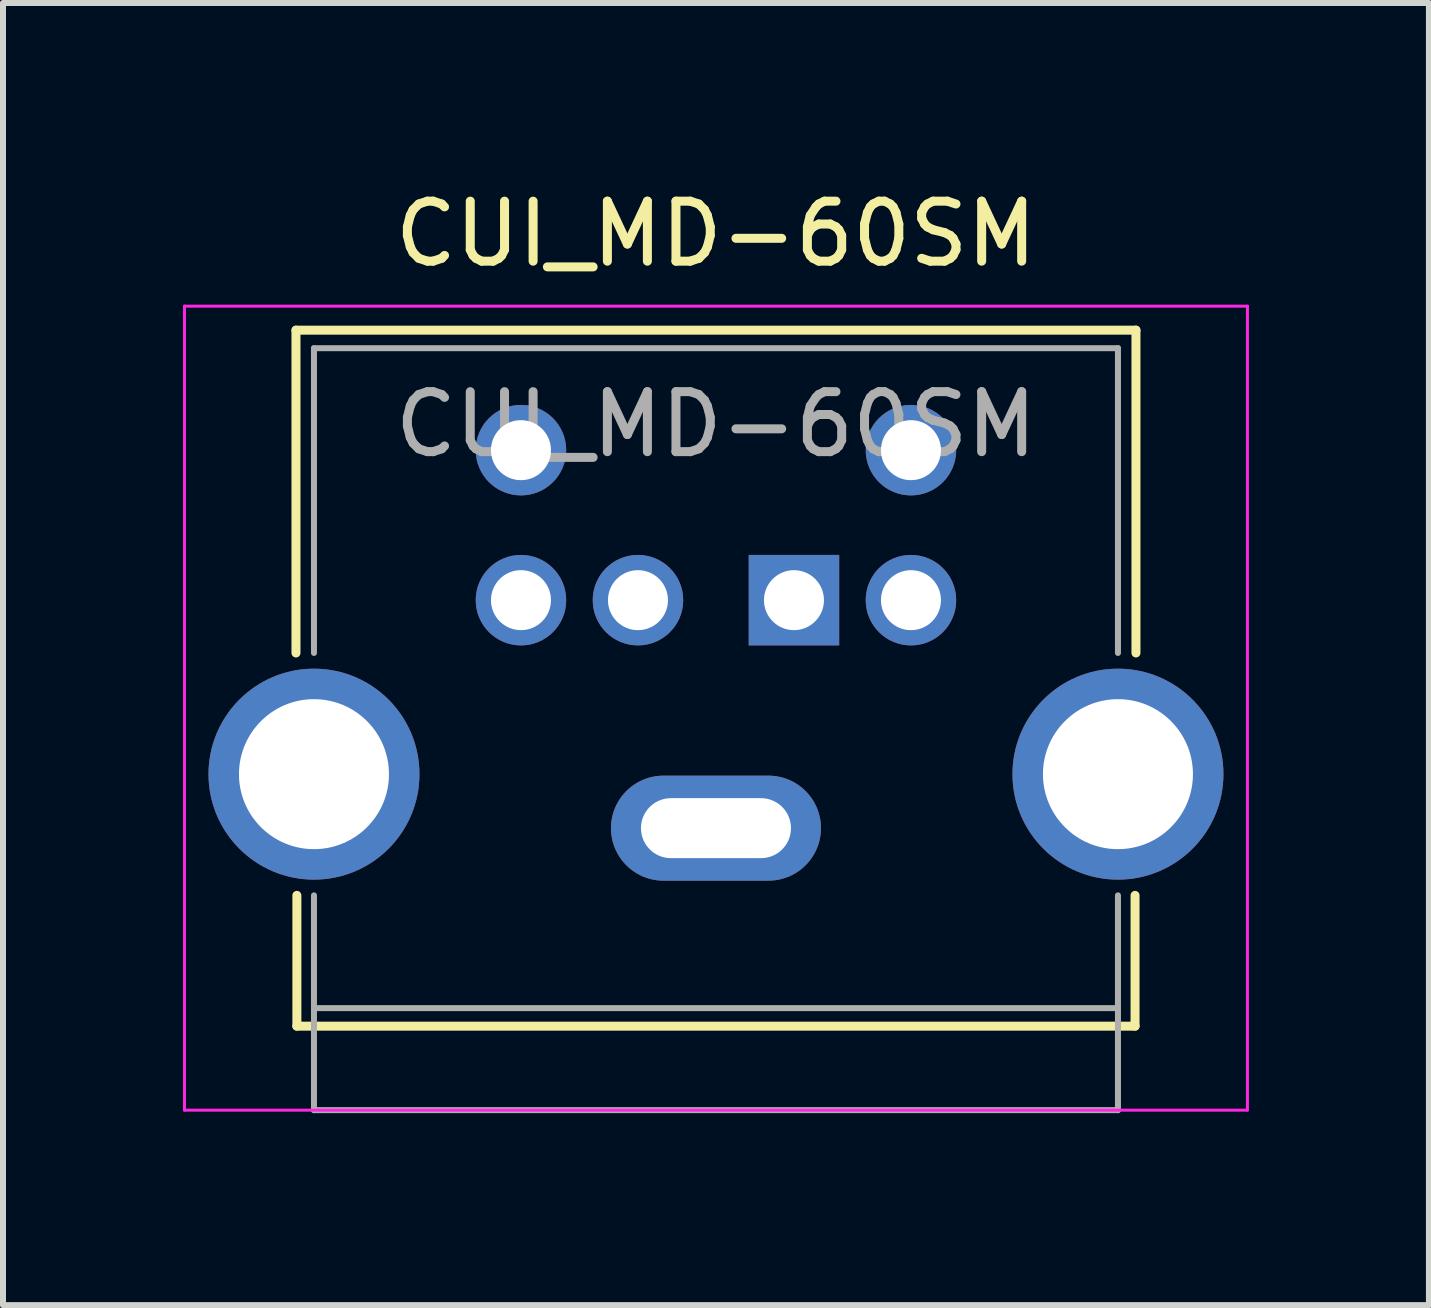
<source format=kicad_pcb>
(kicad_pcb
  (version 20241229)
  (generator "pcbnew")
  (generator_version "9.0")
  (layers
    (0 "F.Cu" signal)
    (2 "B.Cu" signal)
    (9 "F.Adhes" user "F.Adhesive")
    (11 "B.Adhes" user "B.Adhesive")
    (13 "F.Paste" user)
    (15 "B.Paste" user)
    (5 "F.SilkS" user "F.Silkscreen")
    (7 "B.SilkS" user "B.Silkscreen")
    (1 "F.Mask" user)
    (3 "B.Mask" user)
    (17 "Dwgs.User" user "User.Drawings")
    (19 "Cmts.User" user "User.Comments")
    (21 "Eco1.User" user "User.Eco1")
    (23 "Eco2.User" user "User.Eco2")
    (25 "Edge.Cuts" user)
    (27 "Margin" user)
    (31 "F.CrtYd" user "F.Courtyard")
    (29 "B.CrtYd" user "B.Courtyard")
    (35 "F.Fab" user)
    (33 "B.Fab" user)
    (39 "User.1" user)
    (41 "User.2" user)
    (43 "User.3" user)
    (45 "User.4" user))
  (footprint "CUI_MD-60SM"
    (layer "F.Cu")
    (at 8.883 15.453)
    (property "Reference" "CUI_MD-60SM" (at 0 -14.605 0) (layer "F.SilkS") (effects (font (size 1 1) (thickness 0.15))))
    (attr through_hole)
    (fp_line (start -7 -13) (end -7 -7.62) (stroke (width 0.15) (type solid)) (layer "F.SilkS"))
    (fp_line (start -6.985 -3.58) (end -6.985 -1.4) (stroke (width 0.15) (type solid)) (layer "F.SilkS"))
    (fp_line (start 6.985 -3.58) (end 6.985 -1.4) (stroke (width 0.15) (type solid)) (layer "F.SilkS"))
    (fp_line (start 6.985 -1.4) (end -6.985 -1.4) (stroke (width 0.15) (type solid)) (layer "F.SilkS"))
    (fp_line (start 7 -13) (end -7 -13) (stroke (width 0.15) (type solid)) (layer "F.SilkS"))
    (fp_line (start 7 -13) (end 7 -7.62) (stroke (width 0.15) (type solid)) (layer "F.SilkS"))
    (fp_line (start -8.858 -13.4) (end 8.858 -13.4) (stroke (width 0.05) (type solid)) (layer "F.CrtYd"))
    (fp_line (start -8.858 0) (end -8.858 -13.4) (stroke (width 0.05) (type solid)) (layer "F.CrtYd"))
    (fp_line (start 8.858 -13.4) (end 8.858 0) (stroke (width 0.05) (type solid)) (layer "F.CrtYd"))
    (fp_line (start 8.858 0) (end -8.858 0) (stroke (width 0.05) (type solid)) (layer "F.CrtYd"))
    (fp_line (start -6.7 -12.7) (end -6.7 -7.62) (stroke (width 0.1) (type solid)) (layer "F.Fab"))
    (fp_line (start -6.7 -3.58) (end -6.7 0) (stroke (width 0.1) (type solid)) (layer "F.Fab"))
    (fp_line (start -6.7 -1.7) (end 6.7 -1.7) (stroke (width 0.1) (type solid)) (layer "F.Fab"))
    (fp_line (start -6.7 0) (end 6.7 0) (stroke (width 0.1) (type solid)) (layer "F.Fab"))
    (fp_line (start 6.7 -12.7) (end -6.7 -12.7) (stroke (width 0.1) (type solid)) (layer "F.Fab"))
    (fp_line (start 6.7 -12.7) (end 6.7 -7.62) (stroke (width 0.1) (type solid)) (layer "F.Fab"))
    (fp_line (start 6.7 0) (end 6.7 -3.58) (stroke (width 0.1) (type solid)) (layer "F.Fab"))
    (fp_text user "${REFERENCE}" (at 0 -11.43 0) (layer "F.Fab") (effects (font (size 1 1) (thickness 0.15))))
    (pad "1" thru_hole rect (at 1.3 -8.5 180) (size 1.508 1.508) (drill 1) (layers "*.Cu" "*.Mask"))
    (pad "2" thru_hole circle (at -1.3 -8.5 180) (size 1.508 1.508) (drill 1) (layers "*.Cu" "*.Mask"))
    (pad "3" thru_hole circle (at 3.25 -8.5 180) (size 1.508 1.508) (drill 1) (layers "*.Cu" "*.Mask"))
    (pad "4" thru_hole circle (at -3.25 -8.5 180) (size 1.508 1.508) (drill 1) (layers "*.Cu" "*.Mask"))
    (pad "5" thru_hole circle (at 3.25 -11 180) (size 1.508 1.508) (drill 1) (layers "*.Cu" "*.Mask"))
    (pad "6" thru_hole circle (at -3.25 -11 180) (size 1.508 1.508) (drill 1) (layers "*.Cu" "*.Mask"))
    (pad "S1" thru_hole oval (at 0 -4.7 180) (size 3.5 1.75) (drill oval 2.5 1) (layers "*.Cu" "*.Mask"))
    (pad "S2" thru_hole circle (at -6.7 -5.6 180) (size 3.516 3.516) (drill 2.5) (layers "*.Cu" "*.Mask"))
    (pad "S2" thru_hole circle (at 6.7 -5.6 180) (size 3.516 3.516) (drill 2.5) (layers "*.Cu" "*.Mask")))
  (gr_rect
    (start -3 -3)
    (end 20.766 18.703)
    (stroke (width 0.1) (type default))
    (fill no)
    (layer "Edge.Cuts")))
</source>
